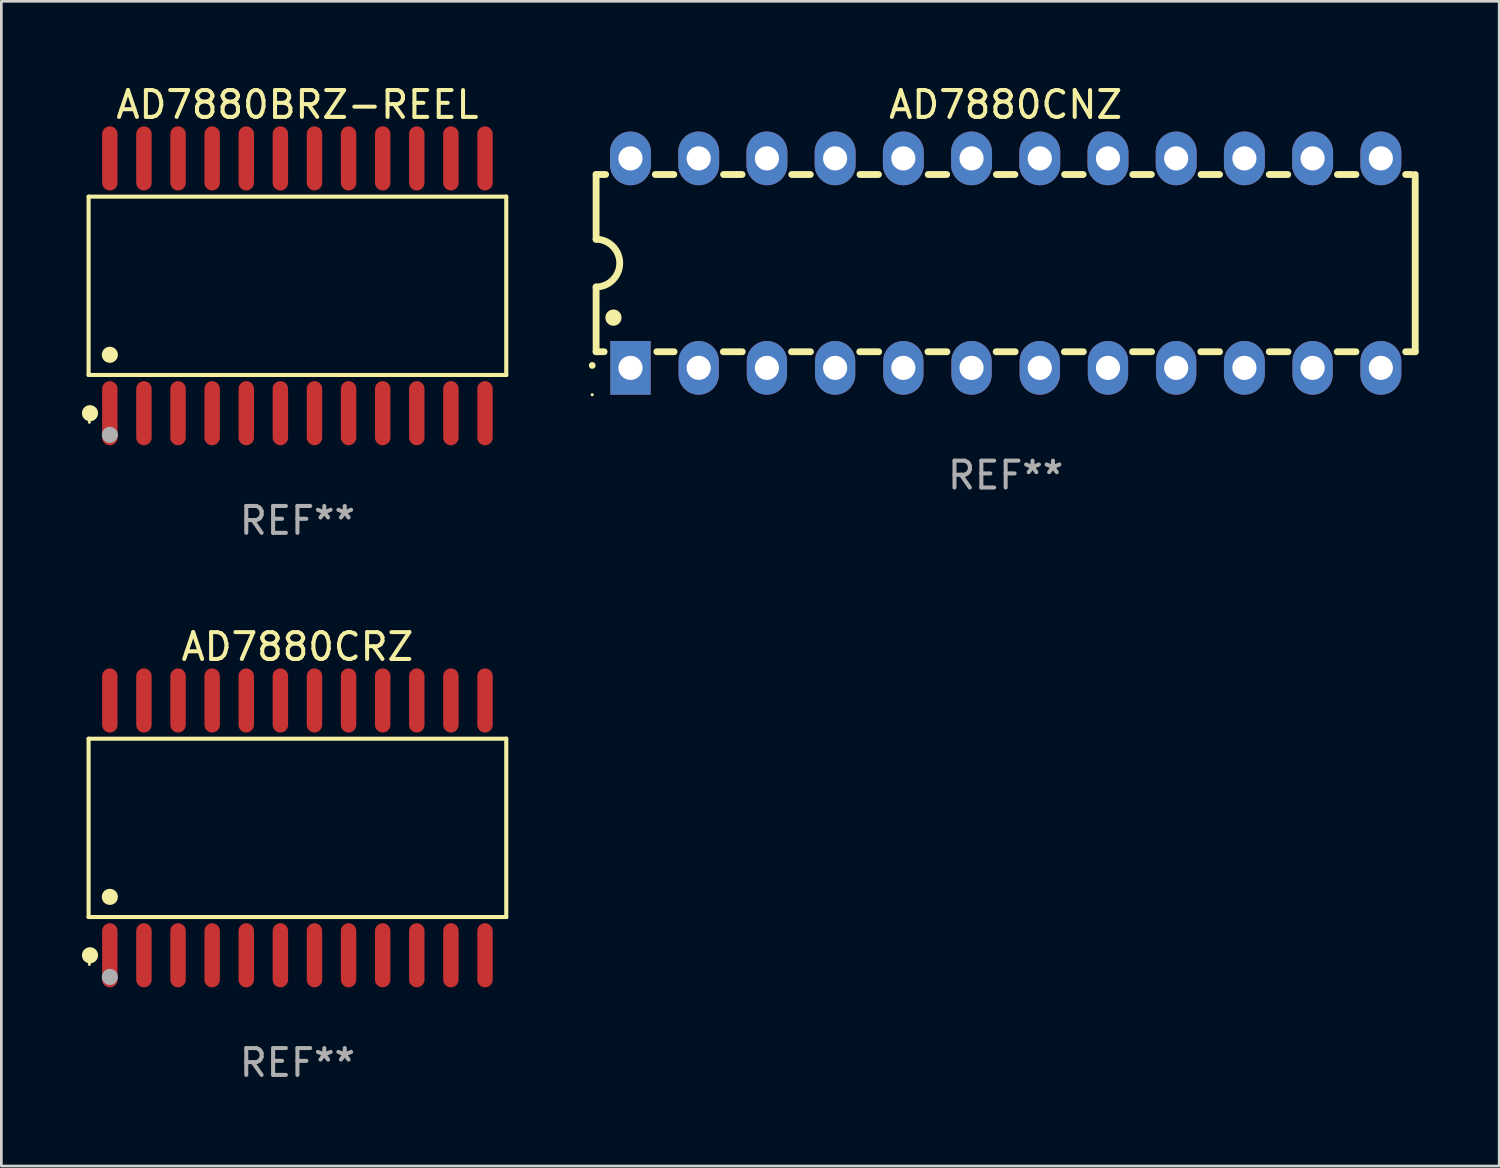
<source format=kicad_pcb>
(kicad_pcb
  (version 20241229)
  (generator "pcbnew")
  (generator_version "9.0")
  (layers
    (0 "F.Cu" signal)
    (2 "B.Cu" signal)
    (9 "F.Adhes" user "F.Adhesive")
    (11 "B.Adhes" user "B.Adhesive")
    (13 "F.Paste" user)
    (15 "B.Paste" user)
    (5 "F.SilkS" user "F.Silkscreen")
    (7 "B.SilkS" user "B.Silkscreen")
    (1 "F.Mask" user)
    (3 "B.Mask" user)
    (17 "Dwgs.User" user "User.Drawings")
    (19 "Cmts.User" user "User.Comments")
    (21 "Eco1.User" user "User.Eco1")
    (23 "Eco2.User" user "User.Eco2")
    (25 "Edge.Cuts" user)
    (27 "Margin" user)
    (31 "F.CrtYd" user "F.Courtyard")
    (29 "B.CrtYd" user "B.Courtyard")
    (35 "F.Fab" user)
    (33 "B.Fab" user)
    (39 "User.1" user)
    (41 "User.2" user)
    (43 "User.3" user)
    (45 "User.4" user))
  (footprint "AD7880BRZ-REEL"
    (layer "F.Cu")
    (at 8.025 7.592)
    (property "Reference" "AD7880BRZ-REEL" (at 0 -6.744 0) (layer "F.SilkS") (effects (font (size 1 1) (thickness 0.15))))
    (attr through_hole)
    (fp_line (start -7.776 -3.321) (end 7.776 -3.321) (stroke (width 0.152) (type solid)) (layer "F.SilkS"))
    (fp_line (start -7.776 3.321) (end -7.776 -3.321) (stroke (width 0.152) (type solid)) (layer "F.SilkS"))
    (fp_line (start 7.776 -3.321) (end 7.776 3.321) (stroke (width 0.152) (type solid)) (layer "F.SilkS"))
    (fp_line (start 7.776 3.321) (end -7.776 3.321) (stroke (width 0.152) (type solid)) (layer "F.SilkS"))
    (fp_circle (center -7.747 5.08) (end -7.717 5.08) (stroke (width 0.06) (type solid)) (fill no) (layer "F.SilkS"))
    (fp_circle (center -7.724 4.744) (end -7.574 4.744) (stroke (width 0.3) (type solid)) (fill no) (layer "F.SilkS"))
    (fp_circle (center -6.985 2.569) (end -6.835 2.569) (stroke (width 0.3) (type solid)) (fill no) (layer "F.SilkS"))
    (fp_circle (center -6.985 5.55) (end -6.835 5.55) (stroke (width 0.3) (type solid)) (fill no) (layer "F.Fab"))
    (fp_text user "REF**" (at 0 8.744 0) (layer "F.Fab") (effects (font (size 1 1) (thickness 0.15))))
    (pad "1" smd oval (at -6.985 4.744) (size 0.574 2.388) (layers "F.Cu" "F.Mask" "F.Paste"))
    (pad "2" smd oval (at -5.715 4.744) (size 0.574 2.388) (layers "F.Cu" "F.Mask" "F.Paste"))
    (pad "3" smd oval (at -4.445 4.744) (size 0.574 2.388) (layers "F.Cu" "F.Mask" "F.Paste"))
    (pad "4" smd oval (at -3.175 4.744) (size 0.574 2.388) (layers "F.Cu" "F.Mask" "F.Paste"))
    (pad "5" smd oval (at -1.905 4.744) (size 0.574 2.388) (layers "F.Cu" "F.Mask" "F.Paste"))
    (pad "6" smd oval (at -0.635 4.744) (size 0.574 2.388) (layers "F.Cu" "F.Mask" "F.Paste"))
    (pad "7" smd oval (at 0.635 4.744) (size 0.574 2.388) (layers "F.Cu" "F.Mask" "F.Paste"))
    (pad "8" smd oval (at 1.905 4.744) (size 0.574 2.388) (layers "F.Cu" "F.Mask" "F.Paste"))
    (pad "9" smd oval (at 3.175 4.744) (size 0.574 2.388) (layers "F.Cu" "F.Mask" "F.Paste"))
    (pad "10" smd oval (at 4.445 4.744) (size 0.574 2.388) (layers "F.Cu" "F.Mask" "F.Paste"))
    (pad "11" smd oval (at 5.715 4.744) (size 0.574 2.388) (layers "F.Cu" "F.Mask" "F.Paste"))
    (pad "12" smd oval (at 6.985 4.744) (size 0.574 2.388) (layers "F.Cu" "F.Mask" "F.Paste"))
    (pad "13" smd oval (at 6.985 -4.744) (size 0.574 2.388) (layers "F.Cu" "F.Mask" "F.Paste"))
    (pad "14" smd oval (at 5.715 -4.744) (size 0.574 2.388) (layers "F.Cu" "F.Mask" "F.Paste"))
    (pad "15" smd oval (at 4.445 -4.744) (size 0.574 2.388) (layers "F.Cu" "F.Mask" "F.Paste"))
    (pad "16" smd oval (at 3.175 -4.744) (size 0.574 2.388) (layers "F.Cu" "F.Mask" "F.Paste"))
    (pad "17" smd oval (at 1.905 -4.744) (size 0.574 2.388) (layers "F.Cu" "F.Mask" "F.Paste"))
    (pad "18" smd oval (at 0.635 -4.744) (size 0.574 2.388) (layers "F.Cu" "F.Mask" "F.Paste"))
    (pad "19" smd oval (at -0.635 -4.744) (size 0.574 2.388) (layers "F.Cu" "F.Mask" "F.Paste"))
    (pad "20" smd oval (at -1.905 -4.744) (size 0.574 2.388) (layers "F.Cu" "F.Mask" "F.Paste"))
    (pad "21" smd oval (at -3.175 -4.744) (size 0.574 2.388) (layers "F.Cu" "F.Mask" "F.Paste"))
    (pad "22" smd oval (at -4.445 -4.744) (size 0.574 2.388) (layers "F.Cu" "F.Mask" "F.Paste"))
    (pad "23" smd oval (at -5.715 -4.744) (size 0.574 2.388) (layers "F.Cu" "F.Mask" "F.Paste"))
    (pad "24" smd oval (at -6.985 -4.744) (size 0.574 2.388) (layers "F.Cu" "F.Mask" "F.Paste")))
  (footprint "AD7880CRZ"
    (layer "F.Cu")
    (at 8.025 27.777)
    (property "Reference" "AD7880CRZ" (at 0 -6.744 0) (layer "F.SilkS") (effects (font (size 1 1) (thickness 0.15))))
    (attr through_hole)
    (fp_line (start -7.776 -3.321) (end 7.776 -3.321) (stroke (width 0.152) (type solid)) (layer "F.SilkS"))
    (fp_line (start -7.776 3.321) (end -7.776 -3.321) (stroke (width 0.152) (type solid)) (layer "F.SilkS"))
    (fp_line (start 7.776 -3.321) (end 7.776 3.321) (stroke (width 0.152) (type solid)) (layer "F.SilkS"))
    (fp_line (start 7.776 3.321) (end -7.776 3.321) (stroke (width 0.152) (type solid)) (layer "F.SilkS"))
    (fp_circle (center -7.747 5.08) (end -7.717 5.08) (stroke (width 0.06) (type solid)) (fill no) (layer "F.SilkS"))
    (fp_circle (center -7.724 4.744) (end -7.574 4.744) (stroke (width 0.3) (type solid)) (fill no) (layer "F.SilkS"))
    (fp_circle (center -6.985 2.569) (end -6.835 2.569) (stroke (width 0.3) (type solid)) (fill no) (layer "F.SilkS"))
    (fp_circle (center -6.985 5.55) (end -6.835 5.55) (stroke (width 0.3) (type solid)) (fill no) (layer "F.Fab"))
    (fp_text user "REF**" (at 0 8.744 0) (layer "F.Fab") (effects (font (size 1 1) (thickness 0.15))))
    (pad "1" smd oval (at -6.985 4.744) (size 0.574 2.388) (layers "F.Cu" "F.Mask" "F.Paste"))
    (pad "2" smd oval (at -5.715 4.744) (size 0.574 2.388) (layers "F.Cu" "F.Mask" "F.Paste"))
    (pad "3" smd oval (at -4.445 4.744) (size 0.574 2.388) (layers "F.Cu" "F.Mask" "F.Paste"))
    (pad "4" smd oval (at -3.175 4.744) (size 0.574 2.388) (layers "F.Cu" "F.Mask" "F.Paste"))
    (pad "5" smd oval (at -1.905 4.744) (size 0.574 2.388) (layers "F.Cu" "F.Mask" "F.Paste"))
    (pad "6" smd oval (at -0.635 4.744) (size 0.574 2.388) (layers "F.Cu" "F.Mask" "F.Paste"))
    (pad "7" smd oval (at 0.635 4.744) (size 0.574 2.388) (layers "F.Cu" "F.Mask" "F.Paste"))
    (pad "8" smd oval (at 1.905 4.744) (size 0.574 2.388) (layers "F.Cu" "F.Mask" "F.Paste"))
    (pad "9" smd oval (at 3.175 4.744) (size 0.574 2.388) (layers "F.Cu" "F.Mask" "F.Paste"))
    (pad "10" smd oval (at 4.445 4.744) (size 0.574 2.388) (layers "F.Cu" "F.Mask" "F.Paste"))
    (pad "11" smd oval (at 5.715 4.744) (size 0.574 2.388) (layers "F.Cu" "F.Mask" "F.Paste"))
    (pad "12" smd oval (at 6.985 4.744) (size 0.574 2.388) (layers "F.Cu" "F.Mask" "F.Paste"))
    (pad "13" smd oval (at 6.985 -4.744) (size 0.574 2.388) (layers "F.Cu" "F.Mask" "F.Paste"))
    (pad "14" smd oval (at 5.715 -4.744) (size 0.574 2.388) (layers "F.Cu" "F.Mask" "F.Paste"))
    (pad "15" smd oval (at 4.445 -4.744) (size 0.574 2.388) (layers "F.Cu" "F.Mask" "F.Paste"))
    (pad "16" smd oval (at 3.175 -4.744) (size 0.574 2.388) (layers "F.Cu" "F.Mask" "F.Paste"))
    (pad "17" smd oval (at 1.905 -4.744) (size 0.574 2.388) (layers "F.Cu" "F.Mask" "F.Paste"))
    (pad "18" smd oval (at 0.635 -4.744) (size 0.574 2.388) (layers "F.Cu" "F.Mask" "F.Paste"))
    (pad "19" smd oval (at -0.635 -4.744) (size 0.574 2.388) (layers "F.Cu" "F.Mask" "F.Paste"))
    (pad "20" smd oval (at -1.905 -4.744) (size 0.574 2.388) (layers "F.Cu" "F.Mask" "F.Paste"))
    (pad "21" smd oval (at -3.175 -4.744) (size 0.574 2.388) (layers "F.Cu" "F.Mask" "F.Paste"))
    (pad "22" smd oval (at -4.445 -4.744) (size 0.574 2.388) (layers "F.Cu" "F.Mask" "F.Paste"))
    (pad "23" smd oval (at -5.715 -4.744) (size 0.574 2.388) (layers "F.Cu" "F.Mask" "F.Paste"))
    (pad "24" smd oval (at -6.985 -4.744) (size 0.574 2.388) (layers "F.Cu" "F.Mask" "F.Paste")))
  (footprint "AD7880CNZ"
    (layer "F.Cu")
    (at 34.397 6.748)
    (property "Reference" "AD7880CNZ" (at 0 -5.9 0) (layer "F.SilkS") (effects (font (size 1 1) (thickness 0.15))))
    (attr through_hole)
    (fp_line (start -15.25 -3.3) (end -15.25 -0.889) (stroke (width 0.254) (type solid)) (layer "F.SilkS"))
    (fp_line (start -15.25 -3.3) (end -14.895 -3.3) (stroke (width 0.254) (type solid)) (layer "F.SilkS"))
    (fp_line (start -15.25 3.3) (end -15.25 0.889) (stroke (width 0.254) (type solid)) (layer "F.SilkS"))
    (fp_line (start -15.25 3.3) (end -14.951 3.3) (stroke (width 0.254) (type solid)) (layer "F.SilkS"))
    (fp_line (start -13.045 -3.3) (end -12.355 -3.3) (stroke (width 0.254) (type solid)) (layer "F.SilkS"))
    (fp_line (start -12.989 3.3) (end -12.347 3.3) (stroke (width 0.254) (type solid)) (layer "F.SilkS"))
    (fp_line (start -10.514 3.3) (end -9.807 3.3) (stroke (width 0.254) (type solid)) (layer "F.SilkS"))
    (fp_line (start -10.505 -3.3) (end -9.815 -3.3) (stroke (width 0.254) (type solid)) (layer "F.SilkS"))
    (fp_line (start -7.974 3.3) (end -7.267 3.3) (stroke (width 0.254) (type solid)) (layer "F.SilkS"))
    (fp_line (start -7.965 -3.3) (end -7.275 -3.3) (stroke (width 0.254) (type solid)) (layer "F.SilkS"))
    (fp_line (start -5.434 3.3) (end -4.727 3.3) (stroke (width 0.254) (type solid)) (layer "F.SilkS"))
    (fp_line (start -5.425 -3.3) (end -4.735 -3.3) (stroke (width 0.254) (type solid)) (layer "F.SilkS"))
    (fp_line (start -2.894 3.3) (end -2.187 3.3) (stroke (width 0.254) (type solid)) (layer "F.SilkS"))
    (fp_line (start -2.885 -3.3) (end -2.195 -3.3) (stroke (width 0.254) (type solid)) (layer "F.SilkS"))
    (fp_line (start -0.354 3.3) (end 0.353 3.3) (stroke (width 0.254) (type solid)) (layer "F.SilkS"))
    (fp_line (start -0.345 -3.3) (end 0.345 -3.3) (stroke (width 0.254) (type solid)) (layer "F.SilkS"))
    (fp_line (start 2.186 3.3) (end 2.893 3.3) (stroke (width 0.254) (type solid)) (layer "F.SilkS"))
    (fp_line (start 2.195 -3.3) (end 2.885 -3.3) (stroke (width 0.254) (type solid)) (layer "F.SilkS"))
    (fp_line (start 4.726 3.3) (end 5.434 3.3) (stroke (width 0.254) (type solid)) (layer "F.SilkS"))
    (fp_line (start 4.735 -3.3) (end 5.425 -3.3) (stroke (width 0.254) (type solid)) (layer "F.SilkS"))
    (fp_line (start 7.266 3.3) (end 7.965 3.3) (stroke (width 0.254) (type solid)) (layer "F.SilkS"))
    (fp_line (start 7.275 -3.3) (end 7.965 -3.3) (stroke (width 0.254) (type solid)) (layer "F.SilkS"))
    (fp_line (start 9.815 -3.3) (end 10.505 -3.3) (stroke (width 0.254) (type solid)) (layer "F.SilkS"))
    (fp_line (start 9.815 3.3) (end 10.514 3.3) (stroke (width 0.254) (type solid)) (layer "F.SilkS"))
    (fp_line (start 12.346 3.3) (end 13.045 3.3) (stroke (width 0.254) (type solid)) (layer "F.SilkS"))
    (fp_line (start 12.355 -3.3) (end 13.045 -3.3) (stroke (width 0.254) (type solid)) (layer "F.SilkS"))
    (fp_line (start 14.895 -3.3) (end 15.113 -3.3) (stroke (width 0.254) (type solid)) (layer "F.SilkS"))
    (fp_line (start 14.895 3.3) (end 15.25 3.3) (stroke (width 0.254) (type solid)) (layer "F.SilkS"))
    (fp_line (start 15.25 -3.3) (end 15.25 3.3) (stroke (width 0.254) (type solid)) (layer "F.SilkS"))
    (fp_arc (start -15.394971 3.810033) (mid -15.394978 3.808763) (end -15.394971 3.807493) (stroke (width 0.25) (type solid)) (layer "F.SilkS"))
    (fp_arc (start -15.251053 -0.890146) (mid -14.361467 -0.001067) (end -15.250038 0.889027) (stroke (width 0.254001) (type solid)) (layer "F.SilkS"))
    (fp_arc (start -14.605029 2.032029) (mid -14.60504 2.029489) (end -14.605029 2.026949) (stroke (width 0.6) (type solid)) (layer "F.SilkS"))
    (fp_circle (center -15.395 4.9) (end -15.365 4.9) (stroke (width 0.06) (type solid)) (fill no) (layer "F.SilkS"))
    (fp_text user "REF**" (at 0 7.9 0) (layer "F.Fab") (effects (font (size 1 1) (thickness 0.15))))
    (pad "1" thru_hole rect (at -13.97 3.9 90) (size 2 1.5) (drill 0.9) (layers "*.Cu" "*.Mask"))
    (pad "2" thru_hole oval (at -11.43 3.9 90) (size 2 1.5) (drill 0.9) (layers "*.Cu" "*.Mask"))
    (pad "3" thru_hole oval (at -8.89 3.9 90) (size 2 1.5) (drill 0.9) (layers "*.Cu" "*.Mask"))
    (pad "4" thru_hole oval (at -6.35 3.9 90) (size 2 1.5) (drill 0.9) (layers "*.Cu" "*.Mask"))
    (pad "5" thru_hole oval (at -3.81 3.9 90) (size 2 1.5) (drill 0.9) (layers "*.Cu" "*.Mask"))
    (pad "6" thru_hole oval (at -1.27 3.9 90) (size 2 1.5) (drill 0.9) (layers "*.Cu" "*.Mask"))
    (pad "7" thru_hole oval (at 1.27 3.9 90) (size 2 1.5) (drill 0.9) (layers "*.Cu" "*.Mask"))
    (pad "8" thru_hole oval (at 3.81 3.9 90) (size 2 1.5) (drill 0.9) (layers "*.Cu" "*.Mask"))
    (pad "9" thru_hole oval (at 6.35 3.9 90) (size 2 1.5) (drill 0.9) (layers "*.Cu" "*.Mask"))
    (pad "10" thru_hole oval (at 8.89 3.9 90) (size 2 1.524) (drill 0.9) (layers "*.Cu" "*.Mask"))
    (pad "11" thru_hole oval (at 11.43 3.9 90) (size 2 1.5) (drill 0.9) (layers "*.Cu" "*.Mask"))
    (pad "12" thru_hole oval (at 13.97 3.9 90) (size 2 1.524) (drill 0.9) (layers "*.Cu" "*.Mask"))
    (pad "13" thru_hole oval (at 13.97 -3.9 90) (size 2 1.524) (drill 0.9) (layers "*.Cu" "*.Mask"))
    (pad "14" thru_hole oval (at 11.43 -3.9 90) (size 2 1.524) (drill 0.9) (layers "*.Cu" "*.Mask"))
    (pad "15" thru_hole oval (at 8.89 -3.9 90) (size 2 1.524) (drill 0.9) (layers "*.Cu" "*.Mask"))
    (pad "16" thru_hole oval (at 6.35 -3.9 90) (size 2 1.524) (drill 0.9) (layers "*.Cu" "*.Mask"))
    (pad "17" thru_hole oval (at 3.81 -3.9 90) (size 2 1.524) (drill 0.9) (layers "*.Cu" "*.Mask"))
    (pad "18" thru_hole oval (at 1.27 -3.9 90) (size 2 1.524) (drill 0.9) (layers "*.Cu" "*.Mask"))
    (pad "19" thru_hole oval (at -1.27 -3.9 90) (size 2 1.524) (drill 0.9) (layers "*.Cu" "*.Mask"))
    (pad "20" thru_hole oval (at -3.81 -3.9 90) (size 2 1.524) (drill 0.9) (layers "*.Cu" "*.Mask"))
    (pad "21" thru_hole oval (at -6.35 -3.9 90) (size 2 1.524) (drill 0.9) (layers "*.Cu" "*.Mask"))
    (pad "22" thru_hole oval (at -8.89 -3.9 90) (size 2 1.524) (drill 0.9) (layers "*.Cu" "*.Mask"))
    (pad "23" thru_hole oval (at -11.43 -3.9 90) (size 2 1.524) (drill 0.9) (layers "*.Cu" "*.Mask"))
    (pad "24" thru_hole oval (at -13.97 -3.9 90) (size 2 1.524) (drill 0.9) (layers "*.Cu" "*.Mask")))
  (gr_rect
    (start -3 -3)
    (end 52.774 40.369)
    (stroke (width 0.1) (type default))
    (fill no)
    (layer "Edge.Cuts")))
</source>
